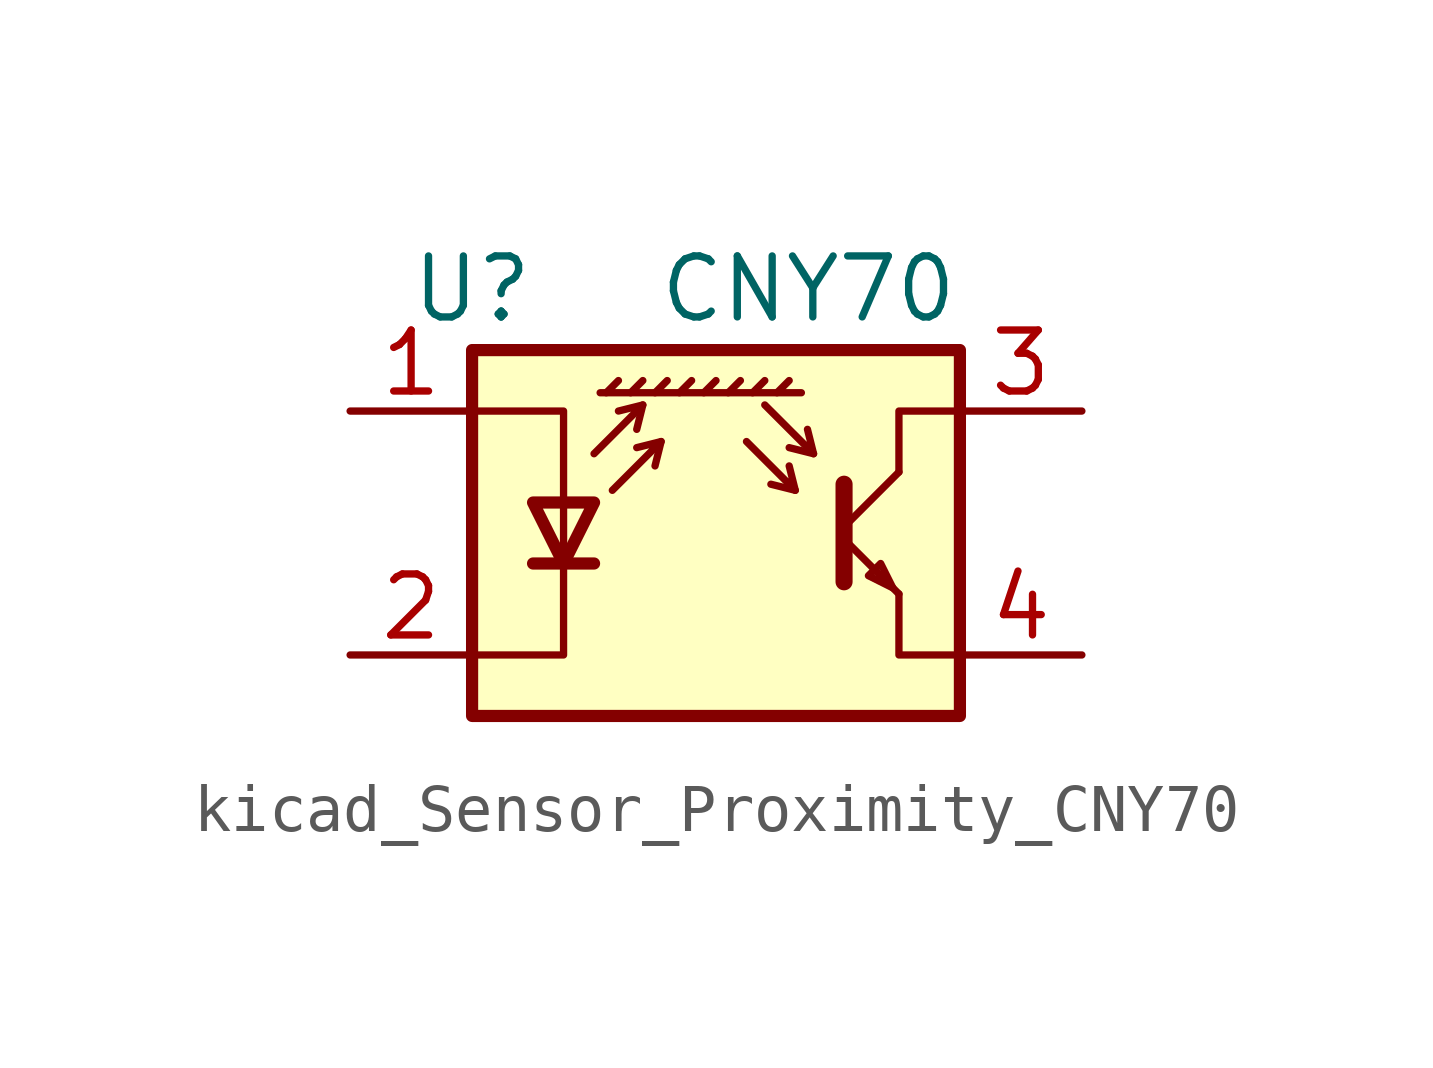
<source format=kicad_sym>
(kicad_symbol_lib
  (version 20220914)
  (generator kicad_symbol_editor)
  (symbol "kicad_Sensor_Proximity_CNY70"
    (pin_names
      (offset 1.016) hide)
    (property "Reference" "U"
      (at -5.08 5.08 0)
      (effects (font (size 1.27 1.27))))
    (property "Value" "CNY70"
      (at 5.08 5.08 0)
      (effects (font (size 1.27 1.27)) (justify right)))
    (symbol "kicad_Sensor_Proximity_CNY70_0_1"
      (polyline (pts (xy -3.81 -0.635) (xy -2.54 -0.635)) (stroke (width 0.254) (type default)) (fill (type none)))
      (polyline (pts (xy -2.286 2.921) (xy -2.032 3.175)) (stroke (width 0) (type default)) (fill (type none)))
      (polyline (pts (xy -1.778 2.921) (xy -1.524 3.175)) (stroke (width 0) (type default)) (fill (type none)))
      (polyline (pts (xy -1.524 2.667) (xy -1.651 2.159)) (stroke (width 0) (type default)) (fill (type none)))
      (polyline (pts (xy -1.27 2.921) (xy -1.016 3.175)) (stroke (width 0) (type default)) (fill (type none)))
      (polyline (pts (xy -1.143 1.905) (xy -1.27 1.397)) (stroke (width 0) (type default)) (fill (type none)))
      (polyline (pts (xy -0.762 2.921) (xy -0.508 3.175)) (stroke (width 0) (type default)) (fill (type none)))
      (polyline (pts (xy -0.254 2.921) (xy 0 3.175)) (stroke (width 0) (type default)) (fill (type none)))
      (polyline (pts (xy 0.254 2.921) (xy 0.508 3.175)) (stroke (width 0) (type default)) (fill (type none)))
      (polyline (pts (xy 0.762 2.921) (xy 1.016 3.175)) (stroke (width 0) (type default)) (fill (type none)))
      (polyline (pts (xy 1.27 2.921) (xy 1.524 3.175)) (stroke (width 0) (type default)) (fill (type none)))
      (polyline (pts (xy 1.651 0.889) (xy 1.143 1.016)) (stroke (width 0) (type default)) (fill (type none)))
      (polyline (pts (xy 1.778 2.921) (xy -2.413 2.921)) (stroke (width 0) (type default)) (fill (type none)))
      (polyline (pts (xy 2.032 1.651) (xy 1.524 1.778)) (stroke (width 0) (type default)) (fill (type none)))
      (polyline (pts (xy 2.667 -0.127) (xy 3.81 -1.27)) (stroke (width 0) (type default)) (fill (type none)))
      (polyline (pts (xy 2.667 0.127) (xy 3.81 1.27)) (stroke (width 0) (type default)) (fill (type none)))
      (polyline (pts (xy -2.54 1.651) (xy -1.524 2.667) (xy -2.032 2.54)) (stroke (width 0) (type default)) (fill (type none)))
      (polyline (pts (xy -2.159 0.889) (xy -1.143 1.905) (xy -1.651 1.778)) (stroke (width 0) (type default)) (fill (type none)))
      (polyline (pts (xy 0.635 1.905) (xy 1.651 0.889) (xy 1.524 1.397)) (stroke (width 0) (type default)) (fill (type none)))
      (polyline (pts (xy 1.016 2.667) (xy 2.032 1.651) (xy 1.905 2.159)) (stroke (width 0) (type default)) (fill (type none)))
      (polyline (pts (xy 2.667 1.016) (xy 2.667 -1.016) (xy 2.667 -1.016)) (stroke (width 0.356) (type default)) (fill (type none)))
      (polyline (pts (xy 3.81 -1.27) (xy 3.81 -2.54) (xy 5.08 -2.54)) (stroke (width 0) (type default)) (fill (type none)))
      (polyline (pts (xy 3.81 1.27) (xy 3.81 2.54) (xy 5.08 2.54)) (stroke (width 0) (type default)) (fill (type none)))
      (polyline (pts (xy -5.08 -2.54) (xy -3.175 -2.54) (xy -3.175 2.54) (xy -5.08 2.54)) (stroke (width 0) (type default)) (fill (type none)))
      (polyline (pts (xy -3.175 -0.635) (xy -3.81 0.635) (xy -2.54 0.635) (xy -3.175 -0.635)) (stroke (width 0.254) (type default)) (fill (type none)))
      (polyline (pts (xy 3.683 -1.143) (xy 3.429 -0.635) (xy 3.175 -0.889) (xy 3.683 -1.143)) (stroke (width 0) (type default)) (fill (type none)))
      (polyline (pts (xy -5.08 -3.81) (xy 5.08 -3.81) (xy 5.08 3.81) (xy -5.08 3.81) (xy -5.08 -3.81)) (stroke (width 0.254) (type default)) (fill (type background))))
    (symbol "kicad_Sensor_Proximity_CNY70_1_1"
      (pin passive line (at -7.62 2.54 0) (length 2.54) (name "A" (effects (font (size 1.27 1.27)))) (number "1" (effects (font (size 1.27 1.27)))))
      (pin passive line (at -7.62 -2.54 0) (length 2.54) (name "K" (effects (font (size 1.27 1.27)))) (number "2" (effects (font (size 1.27 1.27)))))
      (pin open_collector line (at 7.62 2.54 180) (length 2.54) (name "C" (effects (font (size 1.27 1.27)))) (number "3" (effects (font (size 1.27 1.27)))))
      (pin open_emitter line (at 7.62 -2.54 180) (length 2.54) (name "E" (effects (font (size 1.27 1.27)))) (number "4" (effects (font (size 1.27 1.27))))))))
</source>
